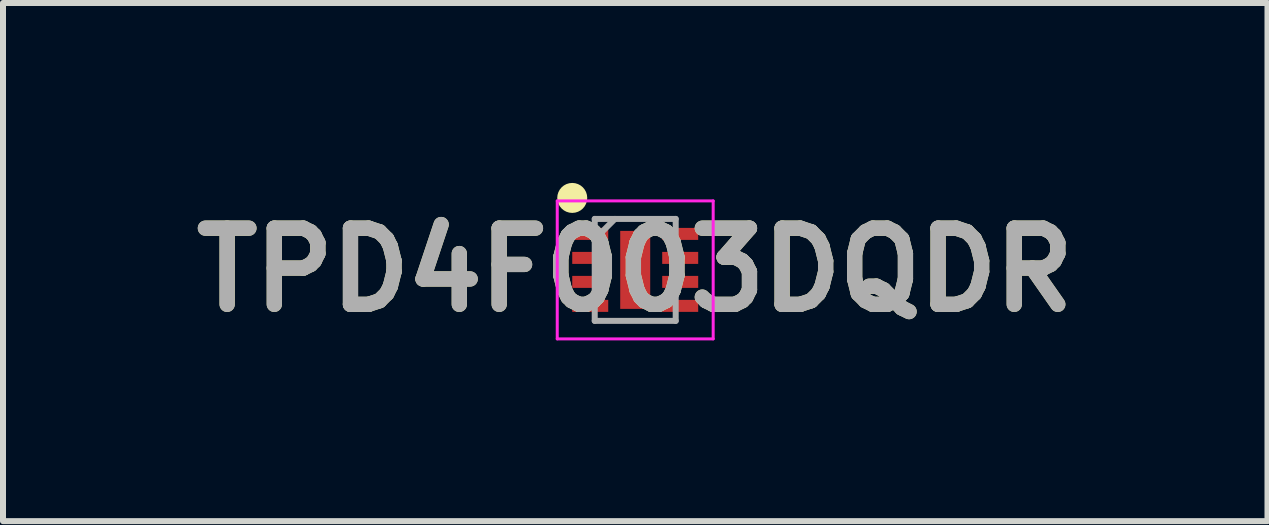
<source format=kicad_pcb>
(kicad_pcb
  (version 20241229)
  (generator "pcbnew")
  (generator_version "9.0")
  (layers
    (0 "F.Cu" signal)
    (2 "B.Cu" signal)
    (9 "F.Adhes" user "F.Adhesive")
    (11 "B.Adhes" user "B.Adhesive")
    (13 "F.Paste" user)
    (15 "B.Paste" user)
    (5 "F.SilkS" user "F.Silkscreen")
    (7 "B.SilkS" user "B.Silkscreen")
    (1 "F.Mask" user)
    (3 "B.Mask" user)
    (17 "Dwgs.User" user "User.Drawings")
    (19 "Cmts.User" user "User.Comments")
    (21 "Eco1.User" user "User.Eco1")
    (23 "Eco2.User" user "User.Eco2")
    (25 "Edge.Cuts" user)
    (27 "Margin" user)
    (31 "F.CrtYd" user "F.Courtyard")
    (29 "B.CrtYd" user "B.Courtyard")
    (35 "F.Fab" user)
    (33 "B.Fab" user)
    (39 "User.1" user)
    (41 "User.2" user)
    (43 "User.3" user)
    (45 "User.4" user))
  (footprint "TPD4F003DQDR"
    (layer "F.Cu")
    (at 7.541 1.45)
    (property "Reference" "TPD4F003DQDR" (at 0 0 0) (layer "F.SilkS") (effects (font (size 1.27 1.27) (thickness 0.254))))
    (attr smd)
    (fp_circle (center -1.05 -1.2) (end -1.05 -1.075) (stroke (width 0.25) (type solid)) (fill no) (layer "F.SilkS"))
    (fp_line (start -1.3 -1.15) (end 1.3 -1.15) (stroke (width 0.05) (type solid)) (layer "F.CrtYd"))
    (fp_line (start -1.3 1.15) (end -1.3 -1.15) (stroke (width 0.05) (type solid)) (layer "F.CrtYd"))
    (fp_line (start 1.3 -1.15) (end 1.3 1.15) (stroke (width 0.05) (type solid)) (layer "F.CrtYd"))
    (fp_line (start 1.3 1.15) (end -1.3 1.15) (stroke (width 0.05) (type solid)) (layer "F.CrtYd"))
    (fp_line (start -0.675 -0.85) (end 0.675 -0.85) (stroke (width 0.1) (type solid)) (layer "F.Fab"))
    (fp_line (start -0.675 -0.512) (end -0.338 -0.85) (stroke (width 0.1) (type solid)) (layer "F.Fab"))
    (fp_line (start -0.675 0.85) (end -0.675 -0.85) (stroke (width 0.1) (type solid)) (layer "F.Fab"))
    (fp_line (start 0.675 -0.85) (end 0.675 0.85) (stroke (width 0.1) (type solid)) (layer "F.Fab"))
    (fp_line (start 0.675 0.85) (end -0.675 0.85) (stroke (width 0.1) (type solid)) (layer "F.Fab"))
    (fp_text user "${REFERENCE}" (at 0 0 0) (layer "F.Fab") (effects (font (size 1.27 1.27) (thickness 0.254))))
    (pad "1" smd rect (at -0.75 -0.6 90) (size 0.2 0.6) (layers "F.Cu" "F.Mask" "F.Paste"))
    (pad "2" smd rect (at -0.75 -0.2 90) (size 0.2 0.6) (layers "F.Cu" "F.Mask" "F.Paste"))
    (pad "3" smd rect (at -0.75 0.2 90) (size 0.2 0.6) (layers "F.Cu" "F.Mask" "F.Paste"))
    (pad "4" smd rect (at -0.75 0.6 90) (size 0.2 0.6) (layers "F.Cu" "F.Mask" "F.Paste"))
    (pad "5" smd rect (at 0.75 0.6 90) (size 0.2 0.6) (layers "F.Cu" "F.Mask" "F.Paste"))
    (pad "6" smd rect (at 0.75 0.2 90) (size 0.2 0.6) (layers "F.Cu" "F.Mask" "F.Paste"))
    (pad "7" smd rect (at 0.75 -0.2 90) (size 0.2 0.6) (layers "F.Cu" "F.Mask" "F.Paste"))
    (pad "8" smd rect (at 0.75 -0.6 90) (size 0.2 0.6) (layers "F.Cu" "F.Mask" "F.Paste"))
    (pad "9" smd rect (at 0 0) (size 0.5 1.3) (layers "F.Cu" "F.Mask" "F.Paste")))
  (gr_rect
    (start -3 -3)
    (end 18.083 5.639)
    (stroke (width 0.1) (type default))
    (fill no)
    (layer "Edge.Cuts")))
</source>
